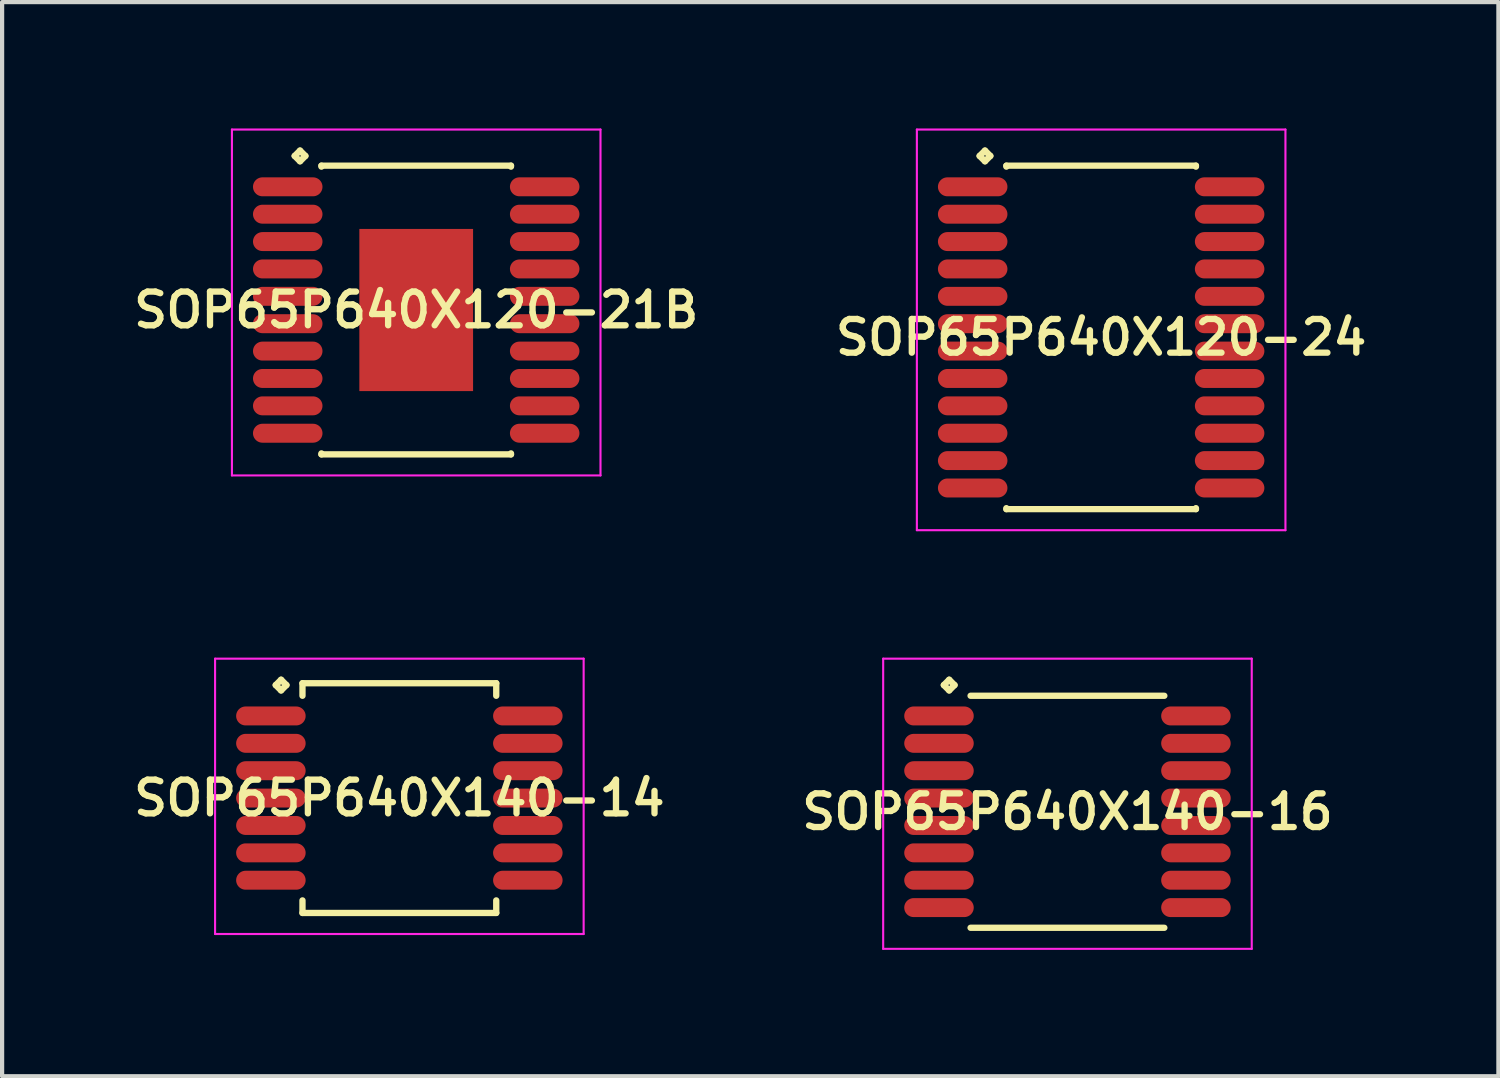
<source format=kicad_pcb>
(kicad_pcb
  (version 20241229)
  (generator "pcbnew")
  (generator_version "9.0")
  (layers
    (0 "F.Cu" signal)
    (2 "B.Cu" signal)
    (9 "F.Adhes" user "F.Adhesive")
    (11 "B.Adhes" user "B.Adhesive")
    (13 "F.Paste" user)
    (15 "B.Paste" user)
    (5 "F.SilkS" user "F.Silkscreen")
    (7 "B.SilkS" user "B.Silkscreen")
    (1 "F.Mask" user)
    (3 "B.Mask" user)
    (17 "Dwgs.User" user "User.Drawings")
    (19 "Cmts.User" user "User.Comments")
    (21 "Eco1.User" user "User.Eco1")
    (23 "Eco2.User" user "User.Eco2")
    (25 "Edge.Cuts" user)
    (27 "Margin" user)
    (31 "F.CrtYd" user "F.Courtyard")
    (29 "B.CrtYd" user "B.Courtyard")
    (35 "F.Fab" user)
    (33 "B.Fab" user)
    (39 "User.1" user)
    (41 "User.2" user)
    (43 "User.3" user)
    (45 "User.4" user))
  (footprint "SOP65P640X140-16"
    (layer "F.Cu")
    (at 22.292 16.222)
    (property "Reference" "SOP65P640X140-16" (at 0 0 0) (layer "F.SilkS") (effects (font (size 0.8 0.8) (thickness 0.15))))
    (attr smd)
    (fp_line (start -2.935 -3.008) (end -2.808 -3.135) (stroke (width 0.15) (type solid)) (layer "F.SilkS"))
    (fp_line (start -2.808 -3.135) (end -2.681 -3.008) (stroke (width 0.15) (type solid)) (layer "F.SilkS"))
    (fp_line (start -2.808 -2.881) (end -2.935 -3.008) (stroke (width 0.15) (type solid)) (layer "F.SilkS"))
    (fp_line (start -2.681 -3.008) (end -2.808 -2.881) (stroke (width 0.15) (type solid)) (layer "F.SilkS"))
    (fp_line (start -2.3 -2.754) (end 2.3 -2.754) (stroke (width 0.15) (type solid)) (layer "F.SilkS"))
    (fp_line (start -2.3 2.754) (end 2.3 2.754) (stroke (width 0.15) (type solid)) (layer "F.SilkS"))
    (fp_line (start -4.375 -3.635) (end 4.375 -3.635) (stroke (width 0.05) (type solid)) (layer "F.CrtYd"))
    (fp_line (start -4.375 3.254) (end -4.375 -3.635) (stroke (width 0.05) (type solid)) (layer "F.CrtYd"))
    (fp_line (start 4.375 -3.635) (end 4.375 3.254) (stroke (width 0.05) (type solid)) (layer "F.CrtYd"))
    (fp_line (start 4.375 3.254) (end -4.375 3.254) (stroke (width 0.05) (type solid)) (layer "F.CrtYd"))
    (pad "1" smd oval (at -3.05 -2.275) (size 1.65 0.45) (layers "F.Cu" "F.Mask" "F.Paste"))
    (pad "2" smd oval (at -3.05 -1.625) (size 1.65 0.45) (layers "F.Cu" "F.Mask" "F.Paste"))
    (pad "3" smd oval (at -3.05 -0.975) (size 1.65 0.45) (layers "F.Cu" "F.Mask" "F.Paste"))
    (pad "4" smd oval (at -3.05 -0.325) (size 1.65 0.45) (layers "F.Cu" "F.Mask" "F.Paste"))
    (pad "5" smd oval (at -3.05 0.325) (size 1.65 0.45) (layers "F.Cu" "F.Mask" "F.Paste"))
    (pad "6" smd oval (at -3.05 0.975) (size 1.65 0.45) (layers "F.Cu" "F.Mask" "F.Paste"))
    (pad "7" smd oval (at -3.05 1.625) (size 1.65 0.45) (layers "F.Cu" "F.Mask" "F.Paste"))
    (pad "8" smd oval (at -3.05 2.275) (size 1.65 0.45) (layers "F.Cu" "F.Mask" "F.Paste"))
    (pad "9" smd oval (at 3.05 2.275) (size 1.65 0.45) (layers "F.Cu" "F.Mask" "F.Paste"))
    (pad "10" smd oval (at 3.05 1.625) (size 1.65 0.45) (layers "F.Cu" "F.Mask" "F.Paste"))
    (pad "11" smd oval (at 3.05 0.975) (size 1.65 0.45) (layers "F.Cu" "F.Mask" "F.Paste"))
    (pad "12" smd oval (at 3.05 0.325) (size 1.65 0.45) (layers "F.Cu" "F.Mask" "F.Paste"))
    (pad "13" smd oval (at 3.05 -0.325) (size 1.65 0.45) (layers "F.Cu" "F.Mask" "F.Paste"))
    (pad "14" smd oval (at 3.05 -0.975) (size 1.65 0.45) (layers "F.Cu" "F.Mask" "F.Paste"))
    (pad "15" smd oval (at 3.05 -1.625) (size 1.65 0.45) (layers "F.Cu" "F.Mask" "F.Paste"))
    (pad "16" smd oval (at 3.05 -2.275) (size 1.65 0.45) (layers "F.Cu" "F.Mask" "F.Paste")))
  (footprint "SOP65P640X140-14"
    (layer "F.Cu")
    (at 6.431 15.897)
    (property "Reference" "SOP65P640X140-14" (at 0 0 0) (layer "F.SilkS") (effects (font (size 0.8 0.8) (thickness 0.15))))
    (attr smd)
    (fp_line (start -2.935 -2.683) (end -2.808 -2.81) (stroke (width 0.15) (type solid)) (layer "F.SilkS"))
    (fp_line (start -2.808 -2.81) (end -2.681 -2.683) (stroke (width 0.15) (type solid)) (layer "F.SilkS"))
    (fp_line (start -2.808 -2.556) (end -2.935 -2.683) (stroke (width 0.15) (type solid)) (layer "F.SilkS"))
    (fp_line (start -2.681 -2.683) (end -2.808 -2.556) (stroke (width 0.15) (type solid)) (layer "F.SilkS"))
    (fp_line (start -2.3 -2.727) (end 2.3 -2.727) (stroke (width 0.15) (type solid)) (layer "F.SilkS"))
    (fp_line (start -2.3 -2.429) (end -2.3 -2.727) (stroke (width 0.15) (type solid)) (layer "F.SilkS"))
    (fp_line (start -2.3 2.429) (end -2.3 2.727) (stroke (width 0.15) (type solid)) (layer "F.SilkS"))
    (fp_line (start -2.3 2.727) (end 2.3 2.727) (stroke (width 0.15) (type solid)) (layer "F.SilkS"))
    (fp_line (start 2.3 -2.727) (end 2.3 -2.429) (stroke (width 0.15) (type solid)) (layer "F.SilkS"))
    (fp_line (start 2.3 2.727) (end 2.3 2.429) (stroke (width 0.15) (type solid)) (layer "F.SilkS"))
    (fp_line (start -4.375 -3.31) (end 4.375 -3.31) (stroke (width 0.05) (type solid)) (layer "F.CrtYd"))
    (fp_line (start -4.375 3.227) (end -4.375 -3.31) (stroke (width 0.05) (type solid)) (layer "F.CrtYd"))
    (fp_line (start 4.375 -3.31) (end 4.375 3.227) (stroke (width 0.05) (type solid)) (layer "F.CrtYd"))
    (fp_line (start 4.375 3.227) (end -4.375 3.227) (stroke (width 0.05) (type solid)) (layer "F.CrtYd"))
    (pad "1" smd oval (at -3.05 -1.95) (size 1.65 0.45) (layers "F.Cu" "F.Mask" "F.Paste"))
    (pad "2" smd oval (at -3.05 -1.3) (size 1.65 0.45) (layers "F.Cu" "F.Mask" "F.Paste"))
    (pad "3" smd oval (at -3.05 -0.65) (size 1.65 0.45) (layers "F.Cu" "F.Mask" "F.Paste"))
    (pad "4" smd oval (at -3.05 0) (size 1.65 0.45) (layers "F.Cu" "F.Mask" "F.Paste"))
    (pad "5" smd oval (at -3.05 0.65) (size 1.65 0.45) (layers "F.Cu" "F.Mask" "F.Paste"))
    (pad "6" smd oval (at -3.05 1.3) (size 1.65 0.45) (layers "F.Cu" "F.Mask" "F.Paste"))
    (pad "7" smd oval (at -3.05 1.95) (size 1.65 0.45) (layers "F.Cu" "F.Mask" "F.Paste"))
    (pad "8" smd oval (at 3.05 1.95) (size 1.65 0.45) (layers "F.Cu" "F.Mask" "F.Paste"))
    (pad "9" smd oval (at 3.05 1.3) (size 1.65 0.45) (layers "F.Cu" "F.Mask" "F.Paste"))
    (pad "10" smd oval (at 3.05 0.65) (size 1.65 0.45) (layers "F.Cu" "F.Mask" "F.Paste"))
    (pad "11" smd oval (at 3.05 0) (size 1.65 0.45) (layers "F.Cu" "F.Mask" "F.Paste"))
    (pad "12" smd oval (at 3.05 -0.65) (size 1.65 0.45) (layers "F.Cu" "F.Mask" "F.Paste"))
    (pad "13" smd oval (at 3.05 -1.3) (size 1.65 0.45) (layers "F.Cu" "F.Mask" "F.Paste"))
    (pad "14" smd oval (at 3.05 -1.95) (size 1.65 0.45) (layers "F.Cu" "F.Mask" "F.Paste")))
  (footprint "SOP65P640X120-21B"
    (layer "F.Cu")
    (at 6.831 4.31)
    (property "Reference" "SOP65P640X120-21B" (at 0 0 0) (layer "F.SilkS") (effects (font (size 0.8 0.8) (thickness 0.15))))
    (attr smd)
    (fp_line (start -2.885 -3.658) (end -2.758 -3.785) (stroke (width 0.15) (type solid)) (layer "F.SilkS"))
    (fp_line (start -2.758 -3.785) (end -2.631 -3.658) (stroke (width 0.15) (type solid)) (layer "F.SilkS"))
    (fp_line (start -2.758 -3.531) (end -2.885 -3.658) (stroke (width 0.15) (type solid)) (layer "F.SilkS"))
    (fp_line (start -2.631 -3.658) (end -2.758 -3.531) (stroke (width 0.15) (type solid)) (layer "F.SilkS"))
    (fp_line (start -2.25 -3.427) (end 2.25 -3.427) (stroke (width 0.15) (type solid)) (layer "F.SilkS"))
    (fp_line (start -2.25 -3.404) (end -2.25 -3.427) (stroke (width 0.15) (type solid)) (layer "F.SilkS"))
    (fp_line (start -2.25 3.404) (end -2.25 3.427) (stroke (width 0.15) (type solid)) (layer "F.SilkS"))
    (fp_line (start -2.25 3.427) (end 2.25 3.427) (stroke (width 0.15) (type solid)) (layer "F.SilkS"))
    (fp_line (start 2.25 -3.427) (end 2.25 -3.404) (stroke (width 0.15) (type solid)) (layer "F.SilkS"))
    (fp_line (start 2.25 3.427) (end 2.25 3.404) (stroke (width 0.15) (type solid)) (layer "F.SilkS"))
    (fp_line (start -4.375 -4.285) (end 4.375 -4.285) (stroke (width 0.05) (type solid)) (layer "F.CrtYd"))
    (fp_line (start -4.375 3.927) (end -4.375 -4.285) (stroke (width 0.05) (type solid)) (layer "F.CrtYd"))
    (fp_line (start 4.375 -4.285) (end 4.375 3.927) (stroke (width 0.05) (type solid)) (layer "F.CrtYd"))
    (fp_line (start 4.375 3.927) (end -4.375 3.927) (stroke (width 0.05) (type solid)) (layer "F.CrtYd"))
    (pad "1" smd oval (at -3.05 -2.925) (size 1.65 0.45) (layers "F.Cu" "F.Mask" "F.Paste"))
    (pad "2" smd oval (at -3.05 -2.275) (size 1.65 0.45) (layers "F.Cu" "F.Mask" "F.Paste"))
    (pad "3" smd oval (at -3.05 -1.625) (size 1.65 0.45) (layers "F.Cu" "F.Mask" "F.Paste"))
    (pad "4" smd oval (at -3.05 -0.975) (size 1.65 0.45) (layers "F.Cu" "F.Mask" "F.Paste"))
    (pad "5" smd oval (at -3.05 -0.325) (size 1.65 0.45) (layers "F.Cu" "F.Mask" "F.Paste"))
    (pad "6" smd oval (at -3.05 0.325) (size 1.65 0.45) (layers "F.Cu" "F.Mask" "F.Paste"))
    (pad "7" smd oval (at -3.05 0.975) (size 1.65 0.45) (layers "F.Cu" "F.Mask" "F.Paste"))
    (pad "8" smd oval (at -3.05 1.625) (size 1.65 0.45) (layers "F.Cu" "F.Mask" "F.Paste"))
    (pad "9" smd oval (at -3.05 2.275) (size 1.65 0.45) (layers "F.Cu" "F.Mask" "F.Paste"))
    (pad "10" smd oval (at -3.05 2.925) (size 1.65 0.45) (layers "F.Cu" "F.Mask" "F.Paste"))
    (pad "11" smd oval (at 3.05 2.925) (size 1.65 0.45) (layers "F.Cu" "F.Mask" "F.Paste"))
    (pad "12" smd oval (at 3.05 2.275) (size 1.65 0.45) (layers "F.Cu" "F.Mask" "F.Paste"))
    (pad "13" smd oval (at 3.05 1.625) (size 1.65 0.45) (layers "F.Cu" "F.Mask" "F.Paste"))
    (pad "14" smd oval (at 3.05 0.975) (size 1.65 0.45) (layers "F.Cu" "F.Mask" "F.Paste"))
    (pad "15" smd oval (at 3.05 0.325) (size 1.65 0.45) (layers "F.Cu" "F.Mask" "F.Paste"))
    (pad "16" smd oval (at 3.05 -0.325) (size 1.65 0.45) (layers "F.Cu" "F.Mask" "F.Paste"))
    (pad "17" smd oval (at 3.05 -0.975) (size 1.65 0.45) (layers "F.Cu" "F.Mask" "F.Paste"))
    (pad "18" smd oval (at 3.05 -1.625) (size 1.65 0.45) (layers "F.Cu" "F.Mask" "F.Paste"))
    (pad "19" smd oval (at 3.05 -2.275) (size 1.65 0.45) (layers "F.Cu" "F.Mask" "F.Paste"))
    (pad "20" smd oval (at 3.05 -2.925) (size 1.65 0.45) (layers "F.Cu" "F.Mask" "F.Paste"))
    (pad "21" smd rect (at 0 0) (size 2.7 3.85) (layers "F.Cu" "F.Mask" "F.Paste")))
  (footprint "SOP65P640X120-24"
    (layer "F.Cu")
    (at 23.092 4.96)
    (property "Reference" "SOP65P640X120-24" (at 0 0 0) (layer "F.SilkS") (effects (font (size 0.8 0.8) (thickness 0.15))))
    (attr smd)
    (fp_line (start -2.885 -4.308) (end -2.758 -4.435) (stroke (width 0.15) (type solid)) (layer "F.SilkS"))
    (fp_line (start -2.758 -4.435) (end -2.631 -4.308) (stroke (width 0.15) (type solid)) (layer "F.SilkS"))
    (fp_line (start -2.758 -4.181) (end -2.885 -4.308) (stroke (width 0.15) (type solid)) (layer "F.SilkS"))
    (fp_line (start -2.631 -4.308) (end -2.758 -4.181) (stroke (width 0.15) (type solid)) (layer "F.SilkS"))
    (fp_line (start -2.25 -4.077) (end 2.25 -4.077) (stroke (width 0.15) (type solid)) (layer "F.SilkS"))
    (fp_line (start -2.25 -4.054) (end -2.25 -4.077) (stroke (width 0.15) (type solid)) (layer "F.SilkS"))
    (fp_line (start -2.25 4.054) (end -2.25 4.077) (stroke (width 0.15) (type solid)) (layer "F.SilkS"))
    (fp_line (start -2.25 4.077) (end 2.25 4.077) (stroke (width 0.15) (type solid)) (layer "F.SilkS"))
    (fp_line (start 2.25 -4.077) (end 2.25 -4.054) (stroke (width 0.15) (type solid)) (layer "F.SilkS"))
    (fp_line (start 2.25 4.077) (end 2.25 4.054) (stroke (width 0.15) (type solid)) (layer "F.SilkS"))
    (fp_line (start -4.375 -4.935) (end 4.375 -4.935) (stroke (width 0.05) (type solid)) (layer "F.CrtYd"))
    (fp_line (start -4.375 4.577) (end -4.375 -4.935) (stroke (width 0.05) (type solid)) (layer "F.CrtYd"))
    (fp_line (start 4.375 -4.935) (end 4.375 4.577) (stroke (width 0.05) (type solid)) (layer "F.CrtYd"))
    (fp_line (start 4.375 4.577) (end -4.375 4.577) (stroke (width 0.05) (type solid)) (layer "F.CrtYd"))
    (pad "1" smd oval (at -3.05 -3.575) (size 1.65 0.45) (layers "F.Cu" "F.Mask" "F.Paste"))
    (pad "2" smd oval (at -3.05 -2.925) (size 1.65 0.45) (layers "F.Cu" "F.Mask" "F.Paste"))
    (pad "3" smd oval (at -3.05 -2.275) (size 1.65 0.45) (layers "F.Cu" "F.Mask" "F.Paste"))
    (pad "4" smd oval (at -3.05 -1.625) (size 1.65 0.45) (layers "F.Cu" "F.Mask" "F.Paste"))
    (pad "5" smd oval (at -3.05 -0.975) (size 1.65 0.45) (layers "F.Cu" "F.Mask" "F.Paste"))
    (pad "6" smd oval (at -3.05 -0.325) (size 1.65 0.45) (layers "F.Cu" "F.Mask" "F.Paste"))
    (pad "7" smd oval (at -3.05 0.325) (size 1.65 0.45) (layers "F.Cu" "F.Mask" "F.Paste"))
    (pad "8" smd oval (at -3.05 0.975) (size 1.65 0.45) (layers "F.Cu" "F.Mask" "F.Paste"))
    (pad "9" smd oval (at -3.05 1.625) (size 1.65 0.45) (layers "F.Cu" "F.Mask" "F.Paste"))
    (pad "10" smd oval (at -3.05 2.275) (size 1.65 0.45) (layers "F.Cu" "F.Mask" "F.Paste"))
    (pad "11" smd oval (at -3.05 2.925) (size 1.65 0.45) (layers "F.Cu" "F.Mask" "F.Paste"))
    (pad "12" smd oval (at -3.05 3.575) (size 1.65 0.45) (layers "F.Cu" "F.Mask" "F.Paste"))
    (pad "13" smd oval (at 3.05 3.575) (size 1.65 0.45) (layers "F.Cu" "F.Mask" "F.Paste"))
    (pad "14" smd oval (at 3.05 2.925) (size 1.65 0.45) (layers "F.Cu" "F.Mask" "F.Paste"))
    (pad "15" smd oval (at 3.05 2.275) (size 1.65 0.45) (layers "F.Cu" "F.Mask" "F.Paste"))
    (pad "16" smd oval (at 3.05 1.625) (size 1.65 0.45) (layers "F.Cu" "F.Mask" "F.Paste"))
    (pad "17" smd oval (at 3.05 0.975) (size 1.65 0.45) (layers "F.Cu" "F.Mask" "F.Paste"))
    (pad "18" smd oval (at 3.05 0.325) (size 1.65 0.45) (layers "F.Cu" "F.Mask" "F.Paste"))
    (pad "19" smd oval (at 3.05 -0.325) (size 1.65 0.45) (layers "F.Cu" "F.Mask" "F.Paste"))
    (pad "20" smd oval (at 3.05 -0.975) (size 1.65 0.45) (layers "F.Cu" "F.Mask" "F.Paste"))
    (pad "21" smd oval (at 3.05 -1.625) (size 1.65 0.45) (layers "F.Cu" "F.Mask" "F.Paste"))
    (pad "22" smd oval (at 3.05 -2.275) (size 1.65 0.45) (layers "F.Cu" "F.Mask" "F.Paste"))
    (pad "23" smd oval (at 3.05 -2.925) (size 1.65 0.45) (layers "F.Cu" "F.Mask" "F.Paste"))
    (pad "24" smd oval (at 3.05 -3.575) (size 1.65 0.45) (layers "F.Cu" "F.Mask" "F.Paste")))
  (gr_rect
    (start -3 -3)
    (end 32.523 22.501)
    (stroke (width 0.1) (type default))
    (fill no)
    (layer "Edge.Cuts")))
</source>
